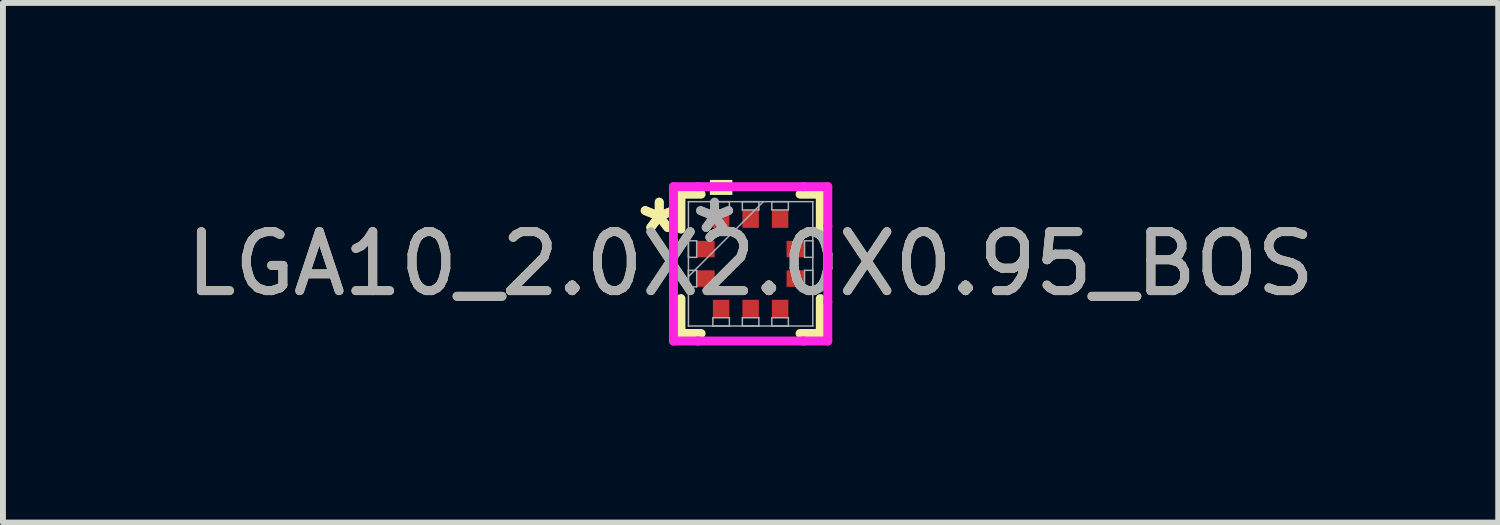
<source format=kicad_pcb>
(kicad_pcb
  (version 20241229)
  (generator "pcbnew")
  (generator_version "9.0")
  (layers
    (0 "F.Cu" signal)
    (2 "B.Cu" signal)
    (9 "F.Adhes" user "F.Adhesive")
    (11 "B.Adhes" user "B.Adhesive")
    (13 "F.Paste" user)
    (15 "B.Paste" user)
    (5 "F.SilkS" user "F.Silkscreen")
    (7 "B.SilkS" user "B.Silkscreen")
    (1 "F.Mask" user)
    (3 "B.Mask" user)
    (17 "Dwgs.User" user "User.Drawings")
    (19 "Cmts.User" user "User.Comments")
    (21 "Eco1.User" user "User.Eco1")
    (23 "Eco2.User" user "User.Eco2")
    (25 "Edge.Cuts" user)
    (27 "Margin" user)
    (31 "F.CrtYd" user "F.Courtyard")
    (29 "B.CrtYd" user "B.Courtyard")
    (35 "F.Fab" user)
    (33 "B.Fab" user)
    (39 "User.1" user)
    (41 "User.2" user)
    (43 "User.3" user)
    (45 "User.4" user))
  (footprint "LGA10_2.0X2.0X0.95_BOS"
    (layer "F.Cu")
    (at 9.673 1.422)
    (property "Reference" "LGA10_2.0X2.0X0.95_BOS" (at 0 0 0) (unlocked yes) (layer "F.SilkS") (effects (font (size 1 1) (thickness 0.15))))
    (attr smd)
    (fp_line (start -1.181 -1.181) (end -1.181 -0.589) (stroke (width 0.152) (type solid)) (layer "F.SilkS"))
    (fp_line (start -1.181 0.589) (end -1.181 1.181) (stroke (width 0.152) (type solid)) (layer "F.SilkS"))
    (fp_line (start -1.181 1.181) (end -0.839 1.181) (stroke (width 0.152) (type solid)) (layer "F.SilkS"))
    (fp_line (start -0.839 -1.181) (end -1.181 -1.181) (stroke (width 0.152) (type solid)) (layer "F.SilkS"))
    (fp_line (start 0.839 1.181) (end 1.181 1.181) (stroke (width 0.152) (type solid)) (layer "F.SilkS"))
    (fp_line (start 1.181 -1.181) (end 0.839 -1.181) (stroke (width 0.152) (type solid)) (layer "F.SilkS"))
    (fp_line (start 1.181 -0.589) (end 1.181 -1.181) (stroke (width 0.152) (type solid)) (layer "F.SilkS"))
    (fp_line (start 1.181 1.181) (end 1.181 0.589) (stroke (width 0.152) (type solid)) (layer "F.SilkS"))
    (fp_poly (pts (xy -0.69 -1.168) (xy -0.69 -1.422) (xy -0.309 -1.422) (xy -0.309 -1.168)) (stroke (width 0) (type solid)) (fill yes) (layer "F.SilkS"))
    (fp_line (start -1.308 -1.308) (end -0.894 -1.308) (stroke (width 0.152) (type solid)) (layer "F.CrtYd"))
    (fp_line (start -1.308 -0.644) (end -1.308 -1.308) (stroke (width 0.152) (type solid)) (layer "F.CrtYd"))
    (fp_line (start -1.308 -0.644) (end -1.308 -0.644) (stroke (width 0.152) (type solid)) (layer "F.CrtYd"))
    (fp_line (start -1.308 0.644) (end -1.308 -0.644) (stroke (width 0.152) (type solid)) (layer "F.CrtYd"))
    (fp_line (start -1.308 0.644) (end -1.308 0.644) (stroke (width 0.152) (type solid)) (layer "F.CrtYd"))
    (fp_line (start -1.308 1.308) (end -1.308 0.644) (stroke (width 0.152) (type solid)) (layer "F.CrtYd"))
    (fp_line (start -0.894 -1.308) (end -0.894 -1.308) (stroke (width 0.152) (type solid)) (layer "F.CrtYd"))
    (fp_line (start -0.894 -1.308) (end 0.894 -1.308) (stroke (width 0.152) (type solid)) (layer "F.CrtYd"))
    (fp_line (start -0.894 1.308) (end -1.308 1.308) (stroke (width 0.152) (type solid)) (layer "F.CrtYd"))
    (fp_line (start -0.894 1.308) (end -0.894 1.308) (stroke (width 0.152) (type solid)) (layer "F.CrtYd"))
    (fp_line (start 0.894 -1.308) (end 0.894 -1.308) (stroke (width 0.152) (type solid)) (layer "F.CrtYd"))
    (fp_line (start 0.894 -1.308) (end 1.308 -1.308) (stroke (width 0.152) (type solid)) (layer "F.CrtYd"))
    (fp_line (start 0.894 1.308) (end -0.894 1.308) (stroke (width 0.152) (type solid)) (layer "F.CrtYd"))
    (fp_line (start 0.894 1.308) (end 0.894 1.308) (stroke (width 0.152) (type solid)) (layer "F.CrtYd"))
    (fp_line (start 1.308 -1.308) (end 1.308 -0.644) (stroke (width 0.152) (type solid)) (layer "F.CrtYd"))
    (fp_line (start 1.308 -0.644) (end 1.308 -0.644) (stroke (width 0.152) (type solid)) (layer "F.CrtYd"))
    (fp_line (start 1.308 -0.644) (end 1.308 0.644) (stroke (width 0.152) (type solid)) (layer "F.CrtYd"))
    (fp_line (start 1.308 0.644) (end 1.308 0.644) (stroke (width 0.152) (type solid)) (layer "F.CrtYd"))
    (fp_line (start 1.308 0.644) (end 1.308 1.308) (stroke (width 0.152) (type solid)) (layer "F.CrtYd"))
    (fp_line (start 1.308 1.308) (end 0.894 1.308) (stroke (width 0.152) (type solid)) (layer "F.CrtYd"))
    (fp_line (start -1.054 -1.054) (end -1.054 -1.054) (stroke (width 0.025) (type solid)) (layer "F.Fab"))
    (fp_line (start -1.054 -1.054) (end -1.054 1.054) (stroke (width 0.025) (type solid)) (layer "F.Fab"))
    (fp_line (start -1.054 -0.39) (end -0.914 -0.39) (stroke (width 0.025) (type solid)) (layer "F.Fab"))
    (fp_line (start -1.054 -0.11) (end -1.054 -0.39) (stroke (width 0.025) (type solid)) (layer "F.Fab"))
    (fp_line (start -1.054 0.11) (end -0.914 0.11) (stroke (width 0.025) (type solid)) (layer "F.Fab"))
    (fp_line (start -1.054 0.216) (end 0.216 -1.054) (stroke (width 0.025) (type solid)) (layer "F.Fab"))
    (fp_line (start -1.054 0.39) (end -1.054 0.11) (stroke (width 0.025) (type solid)) (layer "F.Fab"))
    (fp_line (start -1.054 1.054) (end -1.054 1.054) (stroke (width 0.025) (type solid)) (layer "F.Fab"))
    (fp_line (start -1.054 1.054) (end 1.054 1.054) (stroke (width 0.025) (type solid)) (layer "F.Fab"))
    (fp_line (start -0.914 -0.39) (end -0.914 -0.11) (stroke (width 0.025) (type solid)) (layer "F.Fab"))
    (fp_line (start -0.914 -0.11) (end -1.054 -0.11) (stroke (width 0.025) (type solid)) (layer "F.Fab"))
    (fp_line (start -0.914 0.11) (end -0.914 0.39) (stroke (width 0.025) (type solid)) (layer "F.Fab"))
    (fp_line (start -0.914 0.39) (end -1.054 0.39) (stroke (width 0.025) (type solid)) (layer "F.Fab"))
    (fp_line (start -0.64 -1.054) (end -0.36 -1.054) (stroke (width 0.025) (type solid)) (layer "F.Fab"))
    (fp_line (start -0.64 -0.914) (end -0.64 -1.054) (stroke (width 0.025) (type solid)) (layer "F.Fab"))
    (fp_line (start -0.64 0.914) (end -0.36 0.914) (stroke (width 0.025) (type solid)) (layer "F.Fab"))
    (fp_line (start -0.64 1.054) (end -0.64 0.914) (stroke (width 0.025) (type solid)) (layer "F.Fab"))
    (fp_line (start -0.36 -1.054) (end -0.36 -0.914) (stroke (width 0.025) (type solid)) (layer "F.Fab"))
    (fp_line (start -0.36 -0.914) (end -0.64 -0.914) (stroke (width 0.025) (type solid)) (layer "F.Fab"))
    (fp_line (start -0.36 0.914) (end -0.36 1.054) (stroke (width 0.025) (type solid)) (layer "F.Fab"))
    (fp_line (start -0.36 1.054) (end -0.64 1.054) (stroke (width 0.025) (type solid)) (layer "F.Fab"))
    (fp_line (start -0.14 -1.054) (end 0.14 -1.054) (stroke (width 0.025) (type solid)) (layer "F.Fab"))
    (fp_line (start -0.14 -0.914) (end -0.14 -1.054) (stroke (width 0.025) (type solid)) (layer "F.Fab"))
    (fp_line (start -0.14 0.914) (end 0.14 0.914) (stroke (width 0.025) (type solid)) (layer "F.Fab"))
    (fp_line (start -0.14 1.054) (end -0.14 0.914) (stroke (width 0.025) (type solid)) (layer "F.Fab"))
    (fp_line (start 0.14 -1.054) (end 0.14 -0.914) (stroke (width 0.025) (type solid)) (layer "F.Fab"))
    (fp_line (start 0.14 -0.914) (end -0.14 -0.914) (stroke (width 0.025) (type solid)) (layer "F.Fab"))
    (fp_line (start 0.14 0.914) (end 0.14 1.054) (stroke (width 0.025) (type solid)) (layer "F.Fab"))
    (fp_line (start 0.14 1.054) (end -0.14 1.054) (stroke (width 0.025) (type solid)) (layer "F.Fab"))
    (fp_line (start 0.36 -1.054) (end 0.64 -1.054) (stroke (width 0.025) (type solid)) (layer "F.Fab"))
    (fp_line (start 0.36 -0.914) (end 0.36 -1.054) (stroke (width 0.025) (type solid)) (layer "F.Fab"))
    (fp_line (start 0.36 0.914) (end 0.64 0.914) (stroke (width 0.025) (type solid)) (layer "F.Fab"))
    (fp_line (start 0.36 1.054) (end 0.36 0.914) (stroke (width 0.025) (type solid)) (layer "F.Fab"))
    (fp_line (start 0.64 -1.054) (end 0.64 -0.914) (stroke (width 0.025) (type solid)) (layer "F.Fab"))
    (fp_line (start 0.64 -0.914) (end 0.36 -0.914) (stroke (width 0.025) (type solid)) (layer "F.Fab"))
    (fp_line (start 0.64 0.914) (end 0.64 1.054) (stroke (width 0.025) (type solid)) (layer "F.Fab"))
    (fp_line (start 0.64 1.054) (end 0.36 1.054) (stroke (width 0.025) (type solid)) (layer "F.Fab"))
    (fp_line (start 0.914 -0.39) (end 1.054 -0.39) (stroke (width 0.025) (type solid)) (layer "F.Fab"))
    (fp_line (start 0.914 -0.11) (end 0.914 -0.39) (stroke (width 0.025) (type solid)) (layer "F.Fab"))
    (fp_line (start 0.914 0.11) (end 1.054 0.11) (stroke (width 0.025) (type solid)) (layer "F.Fab"))
    (fp_line (start 0.914 0.39) (end 0.914 0.11) (stroke (width 0.025) (type solid)) (layer "F.Fab"))
    (fp_line (start 1.054 -1.054) (end -1.054 -1.054) (stroke (width 0.025) (type solid)) (layer "F.Fab"))
    (fp_line (start 1.054 -1.054) (end 1.054 -1.054) (stroke (width 0.025) (type solid)) (layer "F.Fab"))
    (fp_line (start 1.054 -0.39) (end 1.054 -0.11) (stroke (width 0.025) (type solid)) (layer "F.Fab"))
    (fp_line (start 1.054 -0.11) (end 0.914 -0.11) (stroke (width 0.025) (type solid)) (layer "F.Fab"))
    (fp_line (start 1.054 0.11) (end 1.054 0.39) (stroke (width 0.025) (type solid)) (layer "F.Fab"))
    (fp_line (start 1.054 0.39) (end 0.914 0.39) (stroke (width 0.025) (type solid)) (layer "F.Fab"))
    (fp_line (start 1.054 1.054) (end 1.054 -1.054) (stroke (width 0.025) (type solid)) (layer "F.Fab"))
    (fp_line (start 1.054 1.054) (end 1.054 1.054) (stroke (width 0.025) (type solid)) (layer "F.Fab"))
    (fp_text user "*" (at -1.549 -0.5 0) (unlocked yes) (layer "F.SilkS") (effects (font (size 1 1) (thickness 0.15))))
    (fp_text user "*" (at -1.549 -0.5 0) (layer "F.SilkS") (effects (font (size 1 1) (thickness 0.15))))
    (fp_text user "*" (at -0.61 -0.5 0) (layer "F.Fab") (effects (font (size 1 1) (thickness 0.15))))
    (fp_text user "*" (at -0.61 -0.5 0) (unlocked yes) (layer "F.Fab") (effects (font (size 1 1) (thickness 0.15))))
    (fp_text user "${REFERENCE}" (at 0 0 0) (unlocked yes) (layer "F.Fab") (effects (font (size 1 1) (thickness 0.15))))
    (pad "1" smd rect (at -0.762 -0.25 90) (size 0.279 0.305) (layers "F.Cu" "F.Mask" "F.Paste"))
    (pad "2" smd rect (at -0.762 0.25 90) (size 0.279 0.305) (layers "F.Cu" "F.Mask" "F.Paste"))
    (pad "3" smd rect (at -0.5 0.762) (size 0.279 0.305) (layers "F.Cu" "F.Mask" "F.Paste"))
    (pad "4" smd rect (at 0 0.762) (size 0.279 0.305) (layers "F.Cu" "F.Mask" "F.Paste"))
    (pad "5" smd rect (at 0.5 0.762) (size 0.279 0.305) (layers "F.Cu" "F.Mask" "F.Paste"))
    (pad "6" smd rect (at 0.762 0.25 90) (size 0.279 0.305) (layers "F.Cu" "F.Mask" "F.Paste"))
    (pad "7" smd rect (at 0.762 -0.25 90) (size 0.279 0.305) (layers "F.Cu" "F.Mask" "F.Paste"))
    (pad "8" smd rect (at 0.5 -0.762) (size 0.279 0.305) (layers "F.Cu" "F.Mask" "F.Paste"))
    (pad "9" smd rect (at 0 -0.762) (size 0.279 0.305) (layers "F.Cu" "F.Mask" "F.Paste"))
    (pad "10" smd rect (at -0.5 -0.762) (size 0.279 0.305) (layers "F.Cu" "F.Mask" "F.Paste")))
  (gr_rect
    (start -3 -3)
    (end 22.345 5.807)
    (stroke (width 0.1) (type default))
    (fill no)
    (layer "Edge.Cuts")))
</source>
